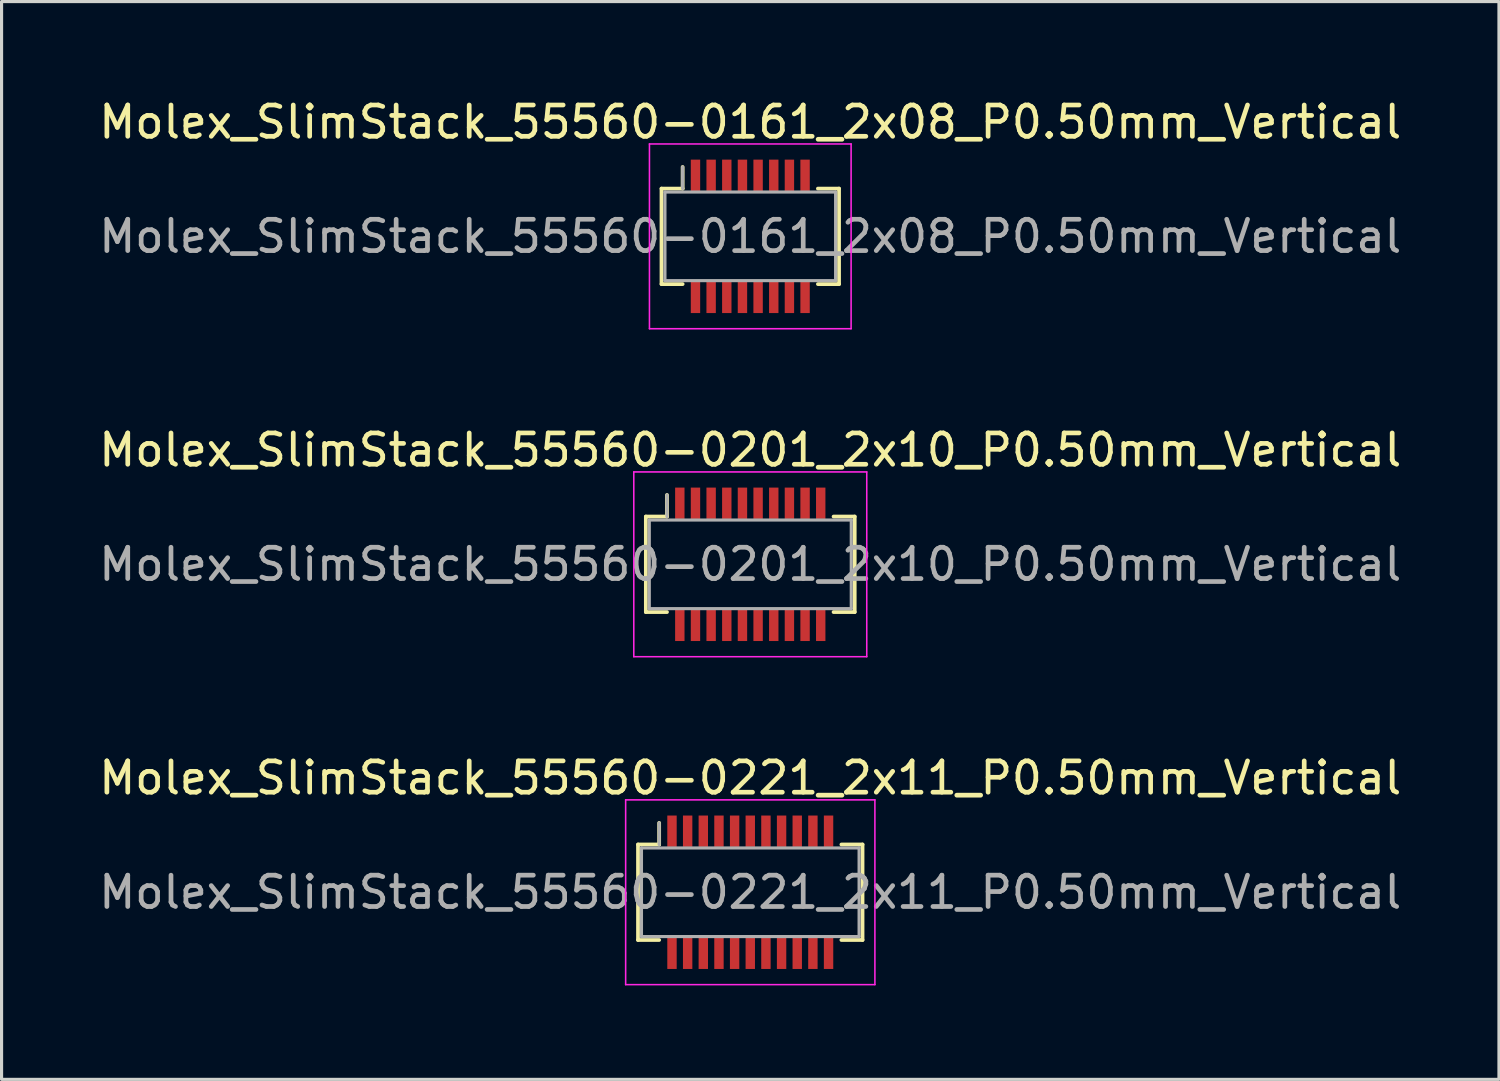
<source format=kicad_pcb>
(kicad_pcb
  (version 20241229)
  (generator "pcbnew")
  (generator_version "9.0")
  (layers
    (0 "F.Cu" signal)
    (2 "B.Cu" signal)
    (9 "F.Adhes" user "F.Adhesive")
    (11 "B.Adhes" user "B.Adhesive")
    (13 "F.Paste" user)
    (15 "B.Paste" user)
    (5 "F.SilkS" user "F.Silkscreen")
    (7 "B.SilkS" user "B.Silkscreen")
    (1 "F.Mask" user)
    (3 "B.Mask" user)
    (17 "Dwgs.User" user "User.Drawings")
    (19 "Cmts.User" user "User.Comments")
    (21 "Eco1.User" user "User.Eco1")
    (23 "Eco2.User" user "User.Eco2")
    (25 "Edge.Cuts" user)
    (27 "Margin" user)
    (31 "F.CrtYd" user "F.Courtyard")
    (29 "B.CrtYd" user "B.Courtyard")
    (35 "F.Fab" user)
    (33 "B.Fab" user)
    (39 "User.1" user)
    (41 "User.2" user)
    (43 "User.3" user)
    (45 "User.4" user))
  (footprint "Molex_SlimStack_55560-0221_2x11_P0.50mm_Vertical"
    (layer "F.Cu")
    (at 20.911 25.445)
    (property "Reference" "Molex_SlimStack_55560-0221_2x11_P0.50mm_Vertical" (at 0 -3.65 0) (layer "F.SilkS") (effects (font (size 1 1) (thickness 0.15))))
    (attr smd)
    (fp_line (start -3.585 -1.525) (end -2.91 -1.525) (stroke (width 0.12) (type solid)) (layer "F.SilkS"))
    (fp_line (start -3.585 1.525) (end -3.585 -1.525) (stroke (width 0.12) (type solid)) (layer "F.SilkS"))
    (fp_line (start -2.91 -1.525) (end -2.91 -2.215) (stroke (width 0.12) (type solid)) (layer "F.SilkS"))
    (fp_line (start -2.91 1.525) (end -3.585 1.525) (stroke (width 0.12) (type solid)) (layer "F.SilkS"))
    (fp_line (start 2.91 1.525) (end 3.585 1.525) (stroke (width 0.12) (type solid)) (layer "F.SilkS"))
    (fp_line (start 3.585 -1.525) (end 2.91 -1.525) (stroke (width 0.12) (type solid)) (layer "F.SilkS"))
    (fp_line (start 3.585 1.525) (end 3.585 -1.525) (stroke (width 0.12) (type solid)) (layer "F.SilkS"))
    (fp_line (start -3.98 -2.95) (end -3.98 2.95) (stroke (width 0.05) (type solid)) (layer "F.CrtYd"))
    (fp_line (start -3.98 2.95) (end 3.98 2.95) (stroke (width 0.05) (type solid)) (layer "F.CrtYd"))
    (fp_line (start 3.98 -2.95) (end -3.98 -2.95) (stroke (width 0.05) (type solid)) (layer "F.CrtYd"))
    (fp_line (start 3.98 2.95) (end 3.98 -2.95) (stroke (width 0.05) (type solid)) (layer "F.CrtYd"))
    (fp_line (start -3.475 -1.415) (end -3.475 1.415) (stroke (width 0.1) (type solid)) (layer "F.Fab"))
    (fp_line (start -3.475 1.415) (end 3.475 1.415) (stroke (width 0.1) (type solid)) (layer "F.Fab"))
    (fp_line (start -2.91 -1.525) (end -2.91 -2.215) (stroke (width 0.1) (type solid)) (layer "F.Fab"))
    (fp_line (start 3.475 -1.415) (end -3.475 -1.415) (stroke (width 0.1) (type solid)) (layer "F.Fab"))
    (fp_line (start 3.475 1.415) (end 3.475 -1.415) (stroke (width 0.1) (type solid)) (layer "F.Fab"))
    (fp_text user "${REFERENCE}" (at 0 0 0) (layer "F.Fab") (effects (font (size 1 1) (thickness 0.15))))
    (pad "1" smd rect (at -2.5 -1.95) (size 0.3 1) (layers "F.Cu" "F.Mask" "F.Paste"))
    (pad "2" smd rect (at -2.5 1.95) (size 0.3 1) (layers "F.Cu" "F.Mask" "F.Paste"))
    (pad "3" smd rect (at -2 -1.95) (size 0.3 1) (layers "F.Cu" "F.Mask" "F.Paste"))
    (pad "4" smd rect (at -2 1.95) (size 0.3 1) (layers "F.Cu" "F.Mask" "F.Paste"))
    (pad "5" smd rect (at -1.5 -1.95) (size 0.3 1) (layers "F.Cu" "F.Mask" "F.Paste"))
    (pad "6" smd rect (at -1.5 1.95) (size 0.3 1) (layers "F.Cu" "F.Mask" "F.Paste"))
    (pad "7" smd rect (at -1 -1.95) (size 0.3 1) (layers "F.Cu" "F.Mask" "F.Paste"))
    (pad "8" smd rect (at -1 1.95) (size 0.3 1) (layers "F.Cu" "F.Mask" "F.Paste"))
    (pad "9" smd rect (at -0.5 -1.95) (size 0.3 1) (layers "F.Cu" "F.Mask" "F.Paste"))
    (pad "10" smd rect (at -0.5 1.95) (size 0.3 1) (layers "F.Cu" "F.Mask" "F.Paste"))
    (pad "11" smd rect (at 0 -1.95) (size 0.3 1) (layers "F.Cu" "F.Mask" "F.Paste"))
    (pad "12" smd rect (at 0 1.95) (size 0.3 1) (layers "F.Cu" "F.Mask" "F.Paste"))
    (pad "13" smd rect (at 0.5 -1.95) (size 0.3 1) (layers "F.Cu" "F.Mask" "F.Paste"))
    (pad "14" smd rect (at 0.5 1.95) (size 0.3 1) (layers "F.Cu" "F.Mask" "F.Paste"))
    (pad "15" smd rect (at 1 -1.95) (size 0.3 1) (layers "F.Cu" "F.Mask" "F.Paste"))
    (pad "16" smd rect (at 1 1.95) (size 0.3 1) (layers "F.Cu" "F.Mask" "F.Paste"))
    (pad "17" smd rect (at 1.5 -1.95) (size 0.3 1) (layers "F.Cu" "F.Mask" "F.Paste"))
    (pad "18" smd rect (at 1.5 1.95) (size 0.3 1) (layers "F.Cu" "F.Mask" "F.Paste"))
    (pad "19" smd rect (at 2 -1.95) (size 0.3 1) (layers "F.Cu" "F.Mask" "F.Paste"))
    (pad "20" smd rect (at 2 1.95) (size 0.3 1) (layers "F.Cu" "F.Mask" "F.Paste"))
    (pad "21" smd rect (at 2.5 -1.95) (size 0.3 1) (layers "F.Cu" "F.Mask" "F.Paste"))
    (pad "22" smd rect (at 2.5 1.95) (size 0.3 1) (layers "F.Cu" "F.Mask" "F.Paste")))
  (footprint "Molex_SlimStack_55560-0161_2x08_P0.50mm_Vertical"
    (layer "F.Cu")
    (at 20.911 4.498)
    (property "Reference" "Molex_SlimStack_55560-0161_2x08_P0.50mm_Vertical" (at 0 -3.65 0) (layer "F.SilkS") (effects (font (size 1 1) (thickness 0.15))))
    (attr smd)
    (fp_line (start -2.835 -1.525) (end -2.16 -1.525) (stroke (width 0.12) (type solid)) (layer "F.SilkS"))
    (fp_line (start -2.835 1.525) (end -2.835 -1.525) (stroke (width 0.12) (type solid)) (layer "F.SilkS"))
    (fp_line (start -2.16 -1.525) (end -2.16 -2.215) (stroke (width 0.12) (type solid)) (layer "F.SilkS"))
    (fp_line (start -2.16 1.525) (end -2.835 1.525) (stroke (width 0.12) (type solid)) (layer "F.SilkS"))
    (fp_line (start 2.16 1.525) (end 2.835 1.525) (stroke (width 0.12) (type solid)) (layer "F.SilkS"))
    (fp_line (start 2.835 -1.525) (end 2.16 -1.525) (stroke (width 0.12) (type solid)) (layer "F.SilkS"))
    (fp_line (start 2.835 1.525) (end 2.835 -1.525) (stroke (width 0.12) (type solid)) (layer "F.SilkS"))
    (fp_line (start -3.22 -2.95) (end -3.22 2.95) (stroke (width 0.05) (type solid)) (layer "F.CrtYd"))
    (fp_line (start -3.22 2.95) (end 3.22 2.95) (stroke (width 0.05) (type solid)) (layer "F.CrtYd"))
    (fp_line (start 3.22 -2.95) (end -3.22 -2.95) (stroke (width 0.05) (type solid)) (layer "F.CrtYd"))
    (fp_line (start 3.22 2.95) (end 3.22 -2.95) (stroke (width 0.05) (type solid)) (layer "F.CrtYd"))
    (fp_line (start -2.725 -1.415) (end -2.725 1.415) (stroke (width 0.1) (type solid)) (layer "F.Fab"))
    (fp_line (start -2.725 1.415) (end 2.725 1.415) (stroke (width 0.1) (type solid)) (layer "F.Fab"))
    (fp_line (start -2.16 -1.525) (end -2.16 -2.215) (stroke (width 0.1) (type solid)) (layer "F.Fab"))
    (fp_line (start 2.725 -1.415) (end -2.725 -1.415) (stroke (width 0.1) (type solid)) (layer "F.Fab"))
    (fp_line (start 2.725 1.415) (end 2.725 -1.415) (stroke (width 0.1) (type solid)) (layer "F.Fab"))
    (fp_text user "${REFERENCE}" (at 0 0 0) (layer "F.Fab") (effects (font (size 1 1) (thickness 0.15))))
    (pad "1" smd rect (at -1.75 -1.95) (size 0.3 1) (layers "F.Cu" "F.Mask" "F.Paste"))
    (pad "2" smd rect (at -1.75 1.95) (size 0.3 1) (layers "F.Cu" "F.Mask" "F.Paste"))
    (pad "3" smd rect (at -1.25 -1.95) (size 0.3 1) (layers "F.Cu" "F.Mask" "F.Paste"))
    (pad "4" smd rect (at -1.25 1.95) (size 0.3 1) (layers "F.Cu" "F.Mask" "F.Paste"))
    (pad "5" smd rect (at -0.75 -1.95) (size 0.3 1) (layers "F.Cu" "F.Mask" "F.Paste"))
    (pad "6" smd rect (at -0.75 1.95) (size 0.3 1) (layers "F.Cu" "F.Mask" "F.Paste"))
    (pad "7" smd rect (at -0.25 -1.95) (size 0.3 1) (layers "F.Cu" "F.Mask" "F.Paste"))
    (pad "8" smd rect (at -0.25 1.95) (size 0.3 1) (layers "F.Cu" "F.Mask" "F.Paste"))
    (pad "9" smd rect (at 0.25 -1.95) (size 0.3 1) (layers "F.Cu" "F.Mask" "F.Paste"))
    (pad "10" smd rect (at 0.25 1.95) (size 0.3 1) (layers "F.Cu" "F.Mask" "F.Paste"))
    (pad "11" smd rect (at 0.75 -1.95) (size 0.3 1) (layers "F.Cu" "F.Mask" "F.Paste"))
    (pad "12" smd rect (at 0.75 1.95) (size 0.3 1) (layers "F.Cu" "F.Mask" "F.Paste"))
    (pad "13" smd rect (at 1.25 -1.95) (size 0.3 1) (layers "F.Cu" "F.Mask" "F.Paste"))
    (pad "14" smd rect (at 1.25 1.95) (size 0.3 1) (layers "F.Cu" "F.Mask" "F.Paste"))
    (pad "15" smd rect (at 1.75 -1.95) (size 0.3 1) (layers "F.Cu" "F.Mask" "F.Paste"))
    (pad "16" smd rect (at 1.75 1.95) (size 0.3 1) (layers "F.Cu" "F.Mask" "F.Paste")))
  (footprint "Molex_SlimStack_55560-0201_2x10_P0.50mm_Vertical"
    (layer "F.Cu")
    (at 20.911 14.972)
    (property "Reference" "Molex_SlimStack_55560-0201_2x10_P0.50mm_Vertical" (at 0 -3.65 0) (layer "F.SilkS") (effects (font (size 1 1) (thickness 0.15))))
    (attr smd)
    (fp_line (start -3.335 -1.525) (end -2.66 -1.525) (stroke (width 0.12) (type solid)) (layer "F.SilkS"))
    (fp_line (start -3.335 1.525) (end -3.335 -1.525) (stroke (width 0.12) (type solid)) (layer "F.SilkS"))
    (fp_line (start -2.66 -1.525) (end -2.66 -2.215) (stroke (width 0.12) (type solid)) (layer "F.SilkS"))
    (fp_line (start -2.66 1.525) (end -3.335 1.525) (stroke (width 0.12) (type solid)) (layer "F.SilkS"))
    (fp_line (start 2.66 1.525) (end 3.335 1.525) (stroke (width 0.12) (type solid)) (layer "F.SilkS"))
    (fp_line (start 3.335 -1.525) (end 2.66 -1.525) (stroke (width 0.12) (type solid)) (layer "F.SilkS"))
    (fp_line (start 3.335 1.525) (end 3.335 -1.525) (stroke (width 0.12) (type solid)) (layer "F.SilkS"))
    (fp_line (start -3.72 -2.95) (end -3.72 2.95) (stroke (width 0.05) (type solid)) (layer "F.CrtYd"))
    (fp_line (start -3.72 2.95) (end 3.72 2.95) (stroke (width 0.05) (type solid)) (layer "F.CrtYd"))
    (fp_line (start 3.72 -2.95) (end -3.72 -2.95) (stroke (width 0.05) (type solid)) (layer "F.CrtYd"))
    (fp_line (start 3.72 2.95) (end 3.72 -2.95) (stroke (width 0.05) (type solid)) (layer "F.CrtYd"))
    (fp_line (start -3.225 -1.415) (end -3.225 1.415) (stroke (width 0.1) (type solid)) (layer "F.Fab"))
    (fp_line (start -3.225 1.415) (end 3.225 1.415) (stroke (width 0.1) (type solid)) (layer "F.Fab"))
    (fp_line (start -2.66 -1.525) (end -2.66 -2.215) (stroke (width 0.1) (type solid)) (layer "F.Fab"))
    (fp_line (start 3.225 -1.415) (end -3.225 -1.415) (stroke (width 0.1) (type solid)) (layer "F.Fab"))
    (fp_line (start 3.225 1.415) (end 3.225 -1.415) (stroke (width 0.1) (type solid)) (layer "F.Fab"))
    (fp_text user "${REFERENCE}" (at 0 0 0) (layer "F.Fab") (effects (font (size 1 1) (thickness 0.15))))
    (pad "1" smd rect (at -2.25 -1.95) (size 0.3 1) (layers "F.Cu" "F.Mask" "F.Paste"))
    (pad "2" smd rect (at -2.25 1.95) (size 0.3 1) (layers "F.Cu" "F.Mask" "F.Paste"))
    (pad "3" smd rect (at -1.75 -1.95) (size 0.3 1) (layers "F.Cu" "F.Mask" "F.Paste"))
    (pad "4" smd rect (at -1.75 1.95) (size 0.3 1) (layers "F.Cu" "F.Mask" "F.Paste"))
    (pad "5" smd rect (at -1.25 -1.95) (size 0.3 1) (layers "F.Cu" "F.Mask" "F.Paste"))
    (pad "6" smd rect (at -1.25 1.95) (size 0.3 1) (layers "F.Cu" "F.Mask" "F.Paste"))
    (pad "7" smd rect (at -0.75 -1.95) (size 0.3 1) (layers "F.Cu" "F.Mask" "F.Paste"))
    (pad "8" smd rect (at -0.75 1.95) (size 0.3 1) (layers "F.Cu" "F.Mask" "F.Paste"))
    (pad "9" smd rect (at -0.25 -1.95) (size 0.3 1) (layers "F.Cu" "F.Mask" "F.Paste"))
    (pad "10" smd rect (at -0.25 1.95) (size 0.3 1) (layers "F.Cu" "F.Mask" "F.Paste"))
    (pad "11" smd rect (at 0.25 -1.95) (size 0.3 1) (layers "F.Cu" "F.Mask" "F.Paste"))
    (pad "12" smd rect (at 0.25 1.95) (size 0.3 1) (layers "F.Cu" "F.Mask" "F.Paste"))
    (pad "13" smd rect (at 0.75 -1.95) (size 0.3 1) (layers "F.Cu" "F.Mask" "F.Paste"))
    (pad "14" smd rect (at 0.75 1.95) (size 0.3 1) (layers "F.Cu" "F.Mask" "F.Paste"))
    (pad "15" smd rect (at 1.25 -1.95) (size 0.3 1) (layers "F.Cu" "F.Mask" "F.Paste"))
    (pad "16" smd rect (at 1.25 1.95) (size 0.3 1) (layers "F.Cu" "F.Mask" "F.Paste"))
    (pad "17" smd rect (at 1.75 -1.95) (size 0.3 1) (layers "F.Cu" "F.Mask" "F.Paste"))
    (pad "18" smd rect (at 1.75 1.95) (size 0.3 1) (layers "F.Cu" "F.Mask" "F.Paste"))
    (pad "19" smd rect (at 2.25 -1.95) (size 0.3 1) (layers "F.Cu" "F.Mask" "F.Paste"))
    (pad "20" smd rect (at 2.25 1.95) (size 0.3 1) (layers "F.Cu" "F.Mask" "F.Paste")))
  (gr_rect
    (start -3 -3)
    (end 44.821 31.42)
    (stroke (width 0.1) (type default))
    (fill no)
    (layer "Edge.Cuts")))
</source>
